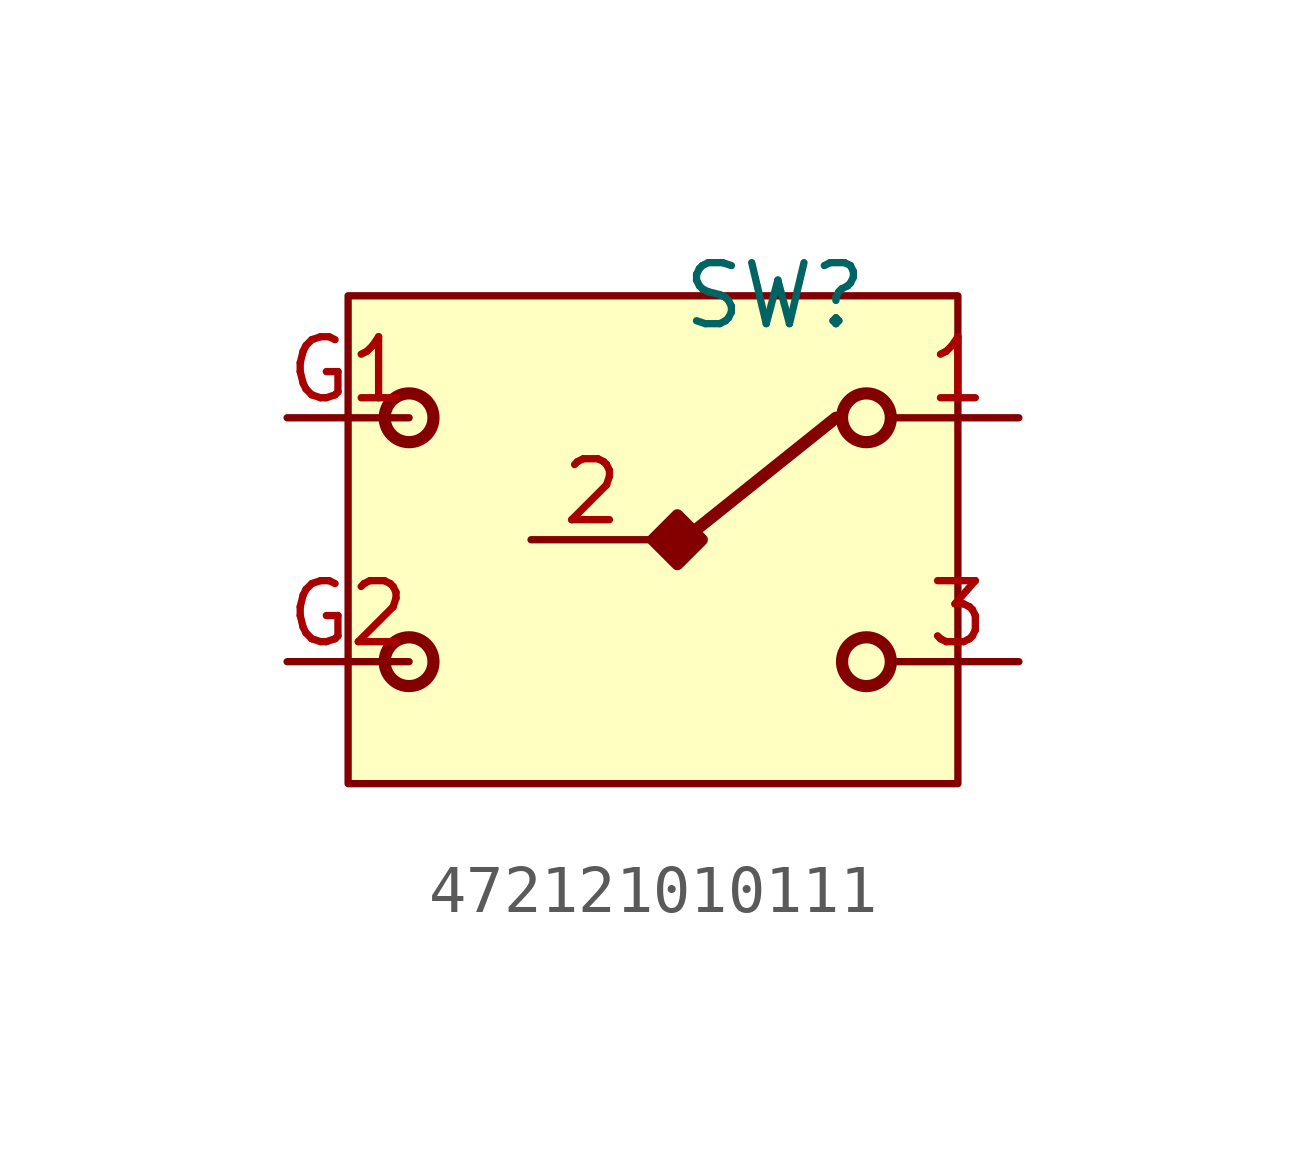
<source format=kicad_sym>
(kicad_symbol_lib
  (version 20241209)
  (generator "kicad_symbol_editor")
  (generator_version "9.0")
  (symbol "472121010111"
    (pin_names
      (hide yes))
    (property "Reference" "SW"
      (at 0 5.08 0)
      (effects (font (size 1.27 1.27))))
    (property "Critical Parameter" ""
      (at 0 -5.08 0)
      (effects (font (size 1.27 1.27))))
    (symbol "472121010111_0_0"
      (circle (center -7.62 2.54) (radius 0.508) (stroke (width 0.254) (type default)) (fill (type none)))
      (circle (center -7.62 -2.54) (radius 0.508) (stroke (width 0.254) (type default)) (fill (type none)))
      (polyline (pts (xy -2.032 -0.508) (xy -2.54 0) (xy -2.032 0.508) (xy -1.524 0) (xy -2.032 -0.508)) (stroke (width 0.254) (type default)) (fill (type outline)))
      (polyline (pts (xy -1.905 0) (xy 1.27 2.54)) (stroke (width 0.254) (type default)) (fill (type none)))
      (circle (center 1.905 2.54) (radius 0.508) (stroke (width 0.254) (type default)) (fill (type none)))
      (circle (center 1.905 -2.54) (radius 0.508) (stroke (width 0.254) (type default)) (fill (type none)))
      (pin passive line (at -5.08 0 0) (length 2.54) (name "2" (effects (font (size 1.27 1.27)))) (number "2" (effects (font (size 1.27 1.27)))))
      (pin passive line (at 5.08 2.54 180) (length 2.54) (name "1" (effects (font (size 1.27 1.27)))) (number "1" (effects (font (size 1.27 1.27)))))
      (pin passive line (at 5.08 -2.54 180) (length 2.54) (name "3" (effects (font (size 1.27 1.27)))) (number "3" (effects (font (size 1.27 1.27))))))
    (symbol "472121010111_1_0"
      (pin power_in line (at -10.16 2.54 0) (length 2.54) (name "G1" (effects (font (size 1.27 1.27)))) (number "G1" (effects (font (size 1.27 1.27)))))
      (pin power_in line (at -10.16 -2.54 0) (length 2.54) (name "G2" (effects (font (size 1.27 1.27)))) (number "G2" (effects (font (size 1.27 1.27))))))
    (symbol "472121010111_1_1"
      (rectangle (start -8.89 5.08) (end 3.81 -5.08) (stroke (width 0) (type solid)) (fill (type background))))))
</source>
